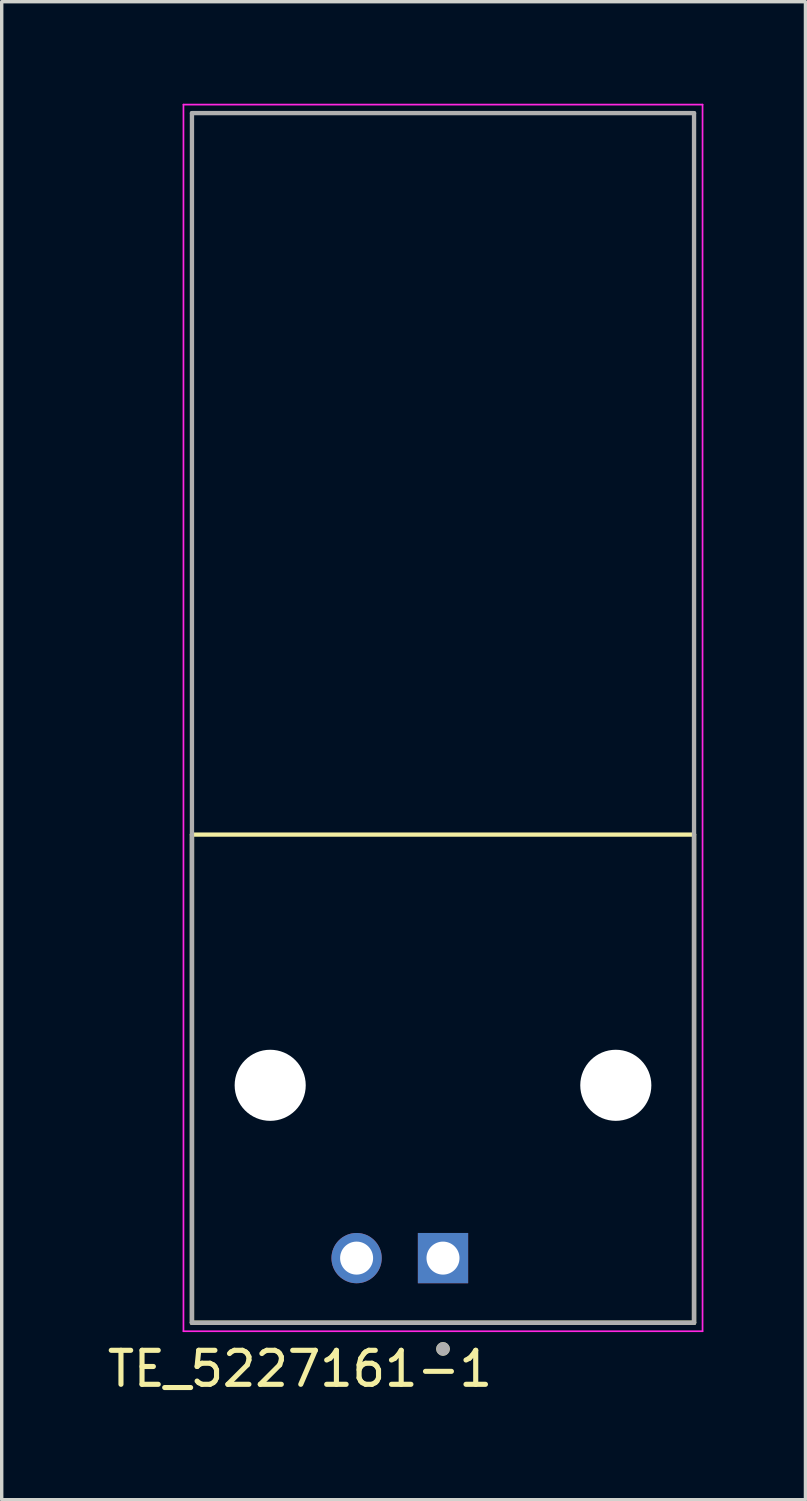
<source format=kicad_pcb>
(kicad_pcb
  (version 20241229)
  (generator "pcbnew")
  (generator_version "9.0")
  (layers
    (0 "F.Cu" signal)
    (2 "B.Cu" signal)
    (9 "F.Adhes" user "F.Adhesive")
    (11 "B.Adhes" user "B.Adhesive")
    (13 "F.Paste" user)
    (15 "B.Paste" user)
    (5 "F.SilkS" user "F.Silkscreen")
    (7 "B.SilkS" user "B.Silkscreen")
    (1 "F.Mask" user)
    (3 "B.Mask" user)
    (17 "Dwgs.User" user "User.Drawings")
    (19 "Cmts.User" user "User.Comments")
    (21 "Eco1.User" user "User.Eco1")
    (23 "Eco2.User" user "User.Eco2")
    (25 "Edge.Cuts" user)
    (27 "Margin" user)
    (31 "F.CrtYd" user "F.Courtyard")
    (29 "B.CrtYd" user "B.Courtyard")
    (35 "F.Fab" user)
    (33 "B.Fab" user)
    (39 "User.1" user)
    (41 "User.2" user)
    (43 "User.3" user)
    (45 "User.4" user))
  (footprint "TE_5227161-1"
    (layer "F.Cu")
    (at 9.973 28.855)
    (property "Reference" "TE_5227161-1" (at -4.205 8.335 0) (layer "F.SilkS") (effects (font (size 1 1) (thickness 0.15))))
    (attr through_hole)
    (fp_line (start -7.38 -7.37) (end 7.38 -7.37) (stroke (width 0.127) (type solid)) (layer "F.SilkS"))
    (fp_line (start -7.38 6.98) (end -7.38 -7.37) (stroke (width 0.127) (type solid)) (layer "F.SilkS"))
    (fp_line (start 7.38 -7.37) (end 7.38 6.98) (stroke (width 0.127) (type solid)) (layer "F.SilkS"))
    (fp_line (start 7.38 6.98) (end -7.38 6.98) (stroke (width 0.127) (type solid)) (layer "F.SilkS"))
    (fp_circle (center 0 7.75) (end 0.1 7.75) (stroke (width 0.2) (type solid)) (fill no) (layer "F.SilkS"))
    (fp_line (start -7.63 -28.83) (end 7.63 -28.83) (stroke (width 0.05) (type solid)) (layer "F.CrtYd"))
    (fp_line (start -7.63 7.23) (end -7.63 -28.83) (stroke (width 0.05) (type solid)) (layer "F.CrtYd"))
    (fp_line (start 7.63 -28.83) (end 7.63 7.23) (stroke (width 0.05) (type solid)) (layer "F.CrtYd"))
    (fp_line (start 7.63 7.23) (end -7.63 7.23) (stroke (width 0.05) (type solid)) (layer "F.CrtYd"))
    (fp_line (start -7.38 -28.58) (end 7.38 -28.58) (stroke (width 0.127) (type solid)) (layer "F.Fab"))
    (fp_line (start -7.38 6.98) (end -7.38 -28.58) (stroke (width 0.127) (type solid)) (layer "F.Fab"))
    (fp_line (start 7.38 -28.58) (end 7.38 6.98) (stroke (width 0.127) (type solid)) (layer "F.Fab"))
    (fp_line (start 7.38 6.98) (end -7.38 6.98) (stroke (width 0.127) (type solid)) (layer "F.Fab"))
    (fp_circle (center 0 7.75) (end 0.1 7.75) (stroke (width 0.2) (type solid)) (fill no) (layer "F.Fab"))
    (pad "" np_thru_hole circle (at -5.08 0) (size 2.09 2.09) (drill 2.09) (layers "*.Cu" "*.Mask"))
    (pad "" np_thru_hole circle (at 5.08 0) (size 2.09 2.09) (drill 2.09) (layers "*.Cu" "*.Mask"))
    (pad "G" thru_hole circle (at -2.54 5.08) (size 1.478 1.478) (drill 0.97) (layers "*.Cu" "*.Mask"))
    (pad "S" thru_hole rect (at 0 5.08) (size 1.478 1.478) (drill 0.97) (layers "*.Cu" "*.Mask")))
  (gr_rect
    (start -3 -3)
    (end 20.628 41.038)
    (stroke (width 0.1) (type default))
    (fill no)
    (layer "Edge.Cuts")))
</source>
